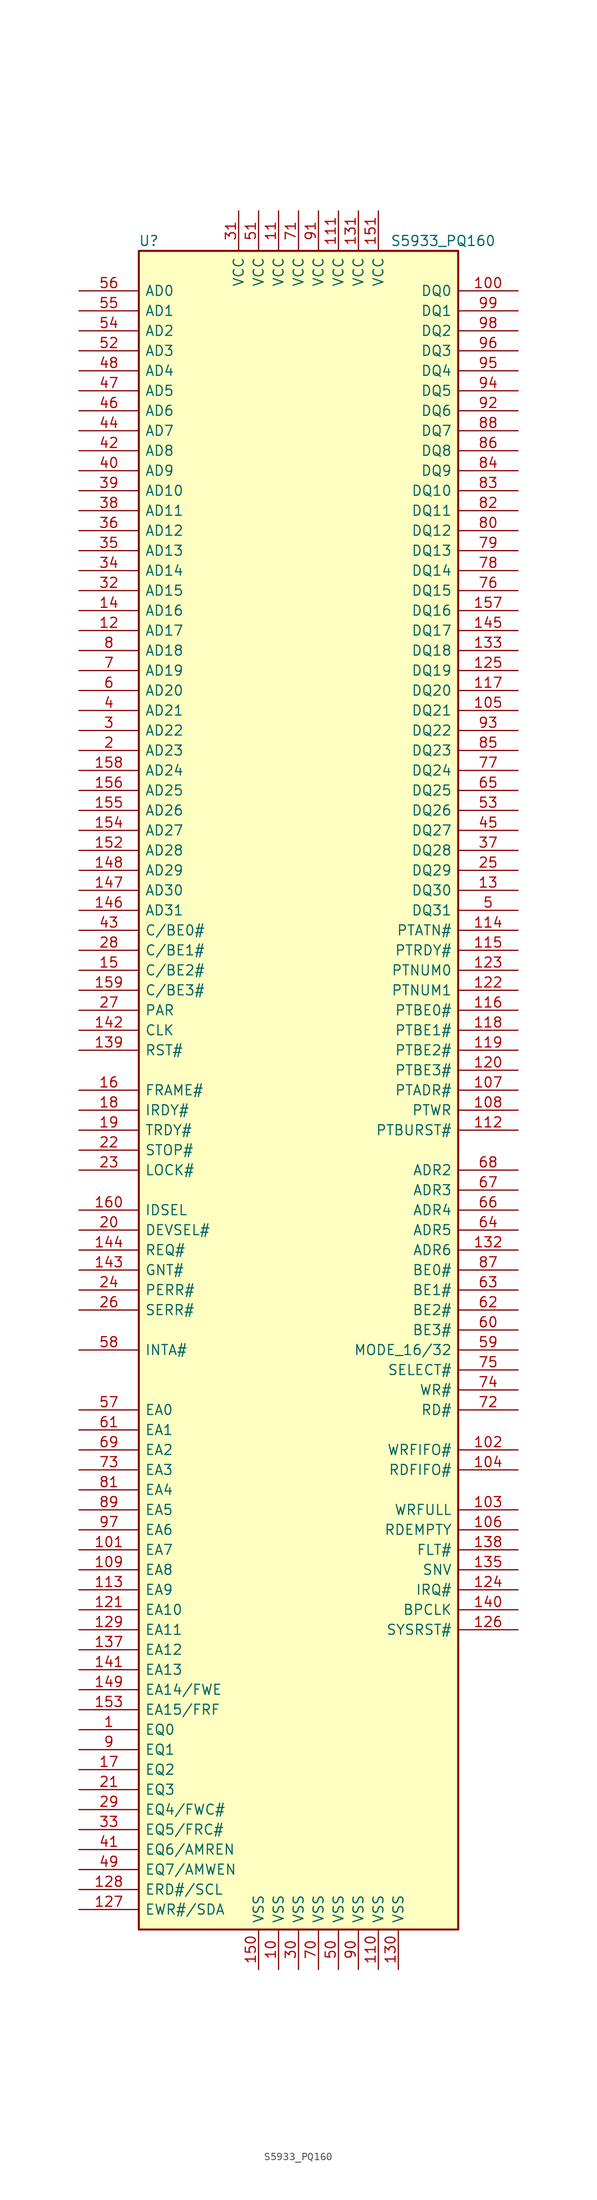
<source format=kicad_sym>
(kicad_symbol_lib
  (version 20201005)
  (generator kicad_symbol_editor)
  (symbol "S5933_PQ160"
    (pin_names
      (offset 0.762))
    (property "Reference" "U"
      (at -19.05 107.95 0)
      (effects (font (size 1.27 1.27))))
    (property "Value" "S5933_PQ160"
      (at 11.684 107.95 0)
      (effects (font (size 1.27 1.27)) (justify left)))
    (symbol "S5933_PQ160_0_0"
      (pin power_in line (at -2.54 -111.76 90) (length 5.08) (name "VSS" (effects (font (size 1.27 1.27)))) (number "10" (effects (font (size 1.27 1.27)))))
      (pin power_in line (at 10.16 -111.76 90) (length 5.08) (name "VSS" (effects (font (size 1.27 1.27)))) (number "110" (effects (font (size 1.27 1.27)))))
      (pin power_in line (at 5.08 111.76 270) (length 5.08) (name "VCC" (effects (font (size 1.27 1.27)))) (number "111" (effects (font (size 1.27 1.27)))))
      (pin power_in line (at 12.7 -111.76 90) (length 5.08) (name "VSS" (effects (font (size 1.27 1.27)))) (number "130" (effects (font (size 1.27 1.27)))))
      (pin power_in line (at 7.62 111.76 270) (length 5.08) (name "VCC" (effects (font (size 1.27 1.27)))) (number "131" (effects (font (size 1.27 1.27)))))
      (pin power_in line (at -5.08 -111.76 90) (length 5.08) (name "VSS" (effects (font (size 1.27 1.27)))) (number "150" (effects (font (size 1.27 1.27)))))
      (pin power_in line (at 10.16 111.76 270) (length 5.08) (name "VCC" (effects (font (size 1.27 1.27)))) (number "151" (effects (font (size 1.27 1.27)))))
      (pin power_in line (at 0 -111.76 90) (length 5.08) (name "VSS" (effects (font (size 1.27 1.27)))) (number "30" (effects (font (size 1.27 1.27)))))
      (pin power_in line (at -7.62 111.76 270) (length 5.08) (name "VCC" (effects (font (size 1.27 1.27)))) (number "31" (effects (font (size 1.27 1.27)))))
      (pin power_in line (at 5.08 -111.76 90) (length 5.08) (name "VSS" (effects (font (size 1.27 1.27)))) (number "50" (effects (font (size 1.27 1.27)))))
      (pin power_in line (at -5.08 111.76 270) (length 5.08) (name "VCC" (effects (font (size 1.27 1.27)))) (number "51" (effects (font (size 1.27 1.27)))))
      (pin power_in line (at 2.54 -111.76 90) (length 5.08) (name "VSS" (effects (font (size 1.27 1.27)))) (number "70" (effects (font (size 1.27 1.27)))))
      (pin power_in line (at 0 111.76 270) (length 5.08) (name "VCC" (effects (font (size 1.27 1.27)))) (number "71" (effects (font (size 1.27 1.27)))))
      (pin power_in line (at 7.62 -111.76 90) (length 5.08) (name "VSS" (effects (font (size 1.27 1.27)))) (number "90" (effects (font (size 1.27 1.27)))))
      (pin power_in line (at 2.54 111.76 270) (length 5.08) (name "VCC" (effects (font (size 1.27 1.27)))) (number "91" (effects (font (size 1.27 1.27))))))
    (symbol "S5933_PQ160_0_1"
      (rectangle (start -20.32 106.68) (end 20.32 -106.68) (stroke (width 0.254)) (fill (type background))))
    (symbol "S5933_PQ160_1_0"
      (pin power_in line (at -2.54 111.76 270) (length 5.08) (name "VCC" (effects (font (size 1.27 1.27)))) (number "11" (effects (font (size 1.27 1.27))))))
    (symbol "S5933_PQ160_1_1"
      (pin bidirectional line (at -27.94 -81.28 0) (length 7.62) (name "EQ0" (effects (font (size 1.27 1.27)))) (number "1" (effects (font (size 1.27 1.27)))))
      (pin bidirectional line (at 27.94 101.6 180) (length 7.62) (name "DQ0" (effects (font (size 1.27 1.27)))) (number "100" (effects (font (size 1.27 1.27)))))
      (pin bidirectional line (at -27.94 -58.42 0) (length 7.62) (name "EA7" (effects (font (size 1.27 1.27)))) (number "101" (effects (font (size 1.27 1.27)))))
      (pin input line (at 27.94 -45.72 180) (length 7.62) (name "WRFIFO#" (effects (font (size 1.27 1.27)))) (number "102" (effects (font (size 1.27 1.27)))))
      (pin output line (at 27.94 -53.34 180) (length 7.62) (name "WRFULL" (effects (font (size 1.27 1.27)))) (number "103" (effects (font (size 1.27 1.27)))))
      (pin input line (at 27.94 -48.26 180) (length 7.62) (name "RDFIFO#" (effects (font (size 1.27 1.27)))) (number "104" (effects (font (size 1.27 1.27)))))
      (pin bidirectional line (at 27.94 48.26 180) (length 7.62) (name "DQ21" (effects (font (size 1.27 1.27)))) (number "105" (effects (font (size 1.27 1.27)))))
      (pin output line (at 27.94 -55.88 180) (length 7.62) (name "RDEMPTY" (effects (font (size 1.27 1.27)))) (number "106" (effects (font (size 1.27 1.27)))))
      (pin input line (at 27.94 0 180) (length 7.62) (name "PTADR#" (effects (font (size 1.27 1.27)))) (number "107" (effects (font (size 1.27 1.27)))))
      (pin output line (at 27.94 -2.54 180) (length 7.62) (name "PTWR" (effects (font (size 1.27 1.27)))) (number "108" (effects (font (size 1.27 1.27)))))
      (pin bidirectional line (at -27.94 -60.96 0) (length 7.62) (name "EA8" (effects (font (size 1.27 1.27)))) (number "109" (effects (font (size 1.27 1.27)))))
      (pin output line (at 27.94 -5.08 180) (length 7.62) (name "PTBURST#" (effects (font (size 1.27 1.27)))) (number "112" (effects (font (size 1.27 1.27)))))
      (pin output line (at -27.94 -63.5 0) (length 7.62) (name "EA9" (effects (font (size 1.27 1.27)))) (number "113" (effects (font (size 1.27 1.27)))))
      (pin output line (at 27.94 20.32 180) (length 7.62) (name "PTATN#" (effects (font (size 1.27 1.27)))) (number "114" (effects (font (size 1.27 1.27)))))
      (pin input line (at 27.94 17.78 180) (length 7.62) (name "PTRDY#" (effects (font (size 1.27 1.27)))) (number "115" (effects (font (size 1.27 1.27)))))
      (pin output line (at 27.94 10.16 180) (length 7.62) (name "PTBE0#" (effects (font (size 1.27 1.27)))) (number "116" (effects (font (size 1.27 1.27)))))
      (pin bidirectional line (at 27.94 50.8 180) (length 7.62) (name "DQ20" (effects (font (size 1.27 1.27)))) (number "117" (effects (font (size 1.27 1.27)))))
      (pin output line (at 27.94 7.62 180) (length 7.62) (name "PTBE1#" (effects (font (size 1.27 1.27)))) (number "118" (effects (font (size 1.27 1.27)))))
      (pin output line (at 27.94 5.08 180) (length 7.62) (name "PTBE2#" (effects (font (size 1.27 1.27)))) (number "119" (effects (font (size 1.27 1.27)))))
      (pin bidirectional line (at -27.94 58.42 0) (length 7.62) (name "AD17" (effects (font (size 1.27 1.27)))) (number "12" (effects (font (size 1.27 1.27)))))
      (pin output line (at 27.94 2.54 180) (length 7.62) (name "PTBE3#" (effects (font (size 1.27 1.27)))) (number "120" (effects (font (size 1.27 1.27)))))
      (pin output line (at -27.94 -66.04 0) (length 7.62) (name "EA10" (effects (font (size 1.27 1.27)))) (number "121" (effects (font (size 1.27 1.27)))))
      (pin output line (at 27.94 12.7 180) (length 7.62) (name "PTNUM1" (effects (font (size 1.27 1.27)))) (number "122" (effects (font (size 1.27 1.27)))))
      (pin output line (at 27.94 15.24 180) (length 7.62) (name "PTNUM0" (effects (font (size 1.27 1.27)))) (number "123" (effects (font (size 1.27 1.27)))))
      (pin output line (at 27.94 -63.5 180) (length 7.62) (name "IRQ#" (effects (font (size 1.27 1.27)))) (number "124" (effects (font (size 1.27 1.27)))))
      (pin bidirectional line (at 27.94 53.34 180) (length 7.62) (name "DQ19" (effects (font (size 1.27 1.27)))) (number "125" (effects (font (size 1.27 1.27)))))
      (pin output line (at 27.94 -68.58 180) (length 7.62) (name "SYSRST#" (effects (font (size 1.27 1.27)))) (number "126" (effects (font (size 1.27 1.27)))))
      (pin bidirectional line (at -27.94 -104.14 0) (length 7.62) (name "EWR#/SDA" (effects (font (size 1.27 1.27)))) (number "127" (effects (font (size 1.27 1.27)))))
      (pin output line (at -27.94 -101.6 0) (length 7.62) (name "ERD#/SCL" (effects (font (size 1.27 1.27)))) (number "128" (effects (font (size 1.27 1.27)))))
      (pin output line (at -27.94 -68.58 0) (length 7.62) (name "EA11" (effects (font (size 1.27 1.27)))) (number "129" (effects (font (size 1.27 1.27)))))
      (pin bidirectional line (at 27.94 25.4 180) (length 7.62) (name "DQ30" (effects (font (size 1.27 1.27)))) (number "13" (effects (font (size 1.27 1.27)))))
      (pin input line (at 27.94 -20.32 180) (length 7.62) (name "ADR6" (effects (font (size 1.27 1.27)))) (number "132" (effects (font (size 1.27 1.27)))))
      (pin bidirectional line (at 27.94 55.88 180) (length 7.62) (name "DQ18" (effects (font (size 1.27 1.27)))) (number "133" (effects (font (size 1.27 1.27)))))
      (pin input line (at 27.94 -60.96 180) (length 7.62) (name "SNV" (effects (font (size 1.27 1.27)))) (number "135" (effects (font (size 1.27 1.27)))))
      (pin output line (at -27.94 -71.12 0) (length 7.62) (name "EA12" (effects (font (size 1.27 1.27)))) (number "137" (effects (font (size 1.27 1.27)))))
      (pin input line (at 27.94 -58.42 180) (length 7.62) (name "FLT#" (effects (font (size 1.27 1.27)))) (number "138" (effects (font (size 1.27 1.27)))))
      (pin input line (at -27.94 5.08 0) (length 7.62) (name "RST#" (effects (font (size 1.27 1.27)))) (number "139" (effects (font (size 1.27 1.27)))))
      (pin bidirectional line (at -27.94 60.96 0) (length 7.62) (name "AD16" (effects (font (size 1.27 1.27)))) (number "14" (effects (font (size 1.27 1.27)))))
      (pin output line (at 27.94 -66.04 180) (length 7.62) (name "BPCLK" (effects (font (size 1.27 1.27)))) (number "140" (effects (font (size 1.27 1.27)))))
      (pin output line (at -27.94 -73.66 0) (length 7.62) (name "EA13" (effects (font (size 1.27 1.27)))) (number "141" (effects (font (size 1.27 1.27)))))
      (pin input line (at -27.94 7.62 0) (length 7.62) (name "CLK" (effects (font (size 1.27 1.27)))) (number "142" (effects (font (size 1.27 1.27)))))
      (pin input line (at -27.94 -22.86 0) (length 7.62) (name "GNT#" (effects (font (size 1.27 1.27)))) (number "143" (effects (font (size 1.27 1.27)))))
      (pin output line (at -27.94 -20.32 0) (length 7.62) (name "REQ#" (effects (font (size 1.27 1.27)))) (number "144" (effects (font (size 1.27 1.27)))))
      (pin bidirectional line (at 27.94 58.42 180) (length 7.62) (name "DQ17" (effects (font (size 1.27 1.27)))) (number "145" (effects (font (size 1.27 1.27)))))
      (pin bidirectional line (at -27.94 22.86 0) (length 7.62) (name "AD31" (effects (font (size 1.27 1.27)))) (number "146" (effects (font (size 1.27 1.27)))))
      (pin bidirectional line (at -27.94 25.4 0) (length 7.62) (name "AD30" (effects (font (size 1.27 1.27)))) (number "147" (effects (font (size 1.27 1.27)))))
      (pin bidirectional line (at -27.94 27.94 0) (length 7.62) (name "AD29" (effects (font (size 1.27 1.27)))) (number "148" (effects (font (size 1.27 1.27)))))
      (pin bidirectional line (at -27.94 -76.2 0) (length 7.62) (name "EA14/FWE" (effects (font (size 1.27 1.27)))) (number "149" (effects (font (size 1.27 1.27)))))
      (pin bidirectional line (at -27.94 15.24 0) (length 7.62) (name "C/BE2#" (effects (font (size 1.27 1.27)))) (number "15" (effects (font (size 1.27 1.27)))))
      (pin bidirectional line (at -27.94 30.48 0) (length 7.62) (name "AD28" (effects (font (size 1.27 1.27)))) (number "152" (effects (font (size 1.27 1.27)))))
      (pin bidirectional line (at -27.94 -78.74 0) (length 7.62) (name "EA15/FRF" (effects (font (size 1.27 1.27)))) (number "153" (effects (font (size 1.27 1.27)))))
      (pin bidirectional line (at -27.94 33.02 0) (length 7.62) (name "AD27" (effects (font (size 1.27 1.27)))) (number "154" (effects (font (size 1.27 1.27)))))
      (pin bidirectional line (at -27.94 35.56 0) (length 7.62) (name "AD26" (effects (font (size 1.27 1.27)))) (number "155" (effects (font (size 1.27 1.27)))))
      (pin bidirectional line (at -27.94 38.1 0) (length 7.62) (name "AD25" (effects (font (size 1.27 1.27)))) (number "156" (effects (font (size 1.27 1.27)))))
      (pin bidirectional line (at 27.94 60.96 180) (length 7.62) (name "DQ16" (effects (font (size 1.27 1.27)))) (number "157" (effects (font (size 1.27 1.27)))))
      (pin bidirectional line (at -27.94 40.64 0) (length 7.62) (name "AD24" (effects (font (size 1.27 1.27)))) (number "158" (effects (font (size 1.27 1.27)))))
      (pin bidirectional line (at -27.94 12.7 0) (length 7.62) (name "C/BE3#" (effects (font (size 1.27 1.27)))) (number "159" (effects (font (size 1.27 1.27)))))
      (pin bidirectional line (at -27.94 0 0) (length 7.62) (name "FRAME#" (effects (font (size 1.27 1.27)))) (number "16" (effects (font (size 1.27 1.27)))))
      (pin input line (at -27.94 -15.24 0) (length 7.62) (name "IDSEL" (effects (font (size 1.27 1.27)))) (number "160" (effects (font (size 1.27 1.27)))))
      (pin bidirectional line (at -27.94 -86.36 0) (length 7.62) (name "EQ2" (effects (font (size 1.27 1.27)))) (number "17" (effects (font (size 1.27 1.27)))))
      (pin bidirectional line (at -27.94 -2.54 0) (length 7.62) (name "IRDY#" (effects (font (size 1.27 1.27)))) (number "18" (effects (font (size 1.27 1.27)))))
      (pin bidirectional line (at -27.94 -5.08 0) (length 7.62) (name "TRDY#" (effects (font (size 1.27 1.27)))) (number "19" (effects (font (size 1.27 1.27)))))
      (pin bidirectional line (at -27.94 43.18 0) (length 7.62) (name "AD23" (effects (font (size 1.27 1.27)))) (number "2" (effects (font (size 1.27 1.27)))))
      (pin bidirectional line (at -27.94 -17.78 0) (length 7.62) (name "DEVSEL#" (effects (font (size 1.27 1.27)))) (number "20" (effects (font (size 1.27 1.27)))))
      (pin bidirectional line (at -27.94 -88.9 0) (length 7.62) (name "EQ3" (effects (font (size 1.27 1.27)))) (number "21" (effects (font (size 1.27 1.27)))))
      (pin bidirectional line (at -27.94 -7.62 0) (length 7.62) (name "STOP#" (effects (font (size 1.27 1.27)))) (number "22" (effects (font (size 1.27 1.27)))))
      (pin input line (at -27.94 -10.16 0) (length 7.62) (name "LOCK#" (effects (font (size 1.27 1.27)))) (number "23" (effects (font (size 1.27 1.27)))))
      (pin bidirectional line (at -27.94 -25.4 0) (length 7.62) (name "PERR#" (effects (font (size 1.27 1.27)))) (number "24" (effects (font (size 1.27 1.27)))))
      (pin bidirectional line (at 27.94 27.94 180) (length 7.62) (name "DQ29" (effects (font (size 1.27 1.27)))) (number "25" (effects (font (size 1.27 1.27)))))
      (pin output line (at -27.94 -27.94 0) (length 7.62) (name "SERR#" (effects (font (size 1.27 1.27)))) (number "26" (effects (font (size 1.27 1.27)))))
      (pin bidirectional line (at -27.94 10.16 0) (length 7.62) (name "PAR" (effects (font (size 1.27 1.27)))) (number "27" (effects (font (size 1.27 1.27)))))
      (pin bidirectional line (at -27.94 17.78 0) (length 7.62) (name "C/BE1#" (effects (font (size 1.27 1.27)))) (number "28" (effects (font (size 1.27 1.27)))))
      (pin bidirectional line (at -27.94 -91.44 0) (length 7.62) (name "EQ4/FWC#" (effects (font (size 1.27 1.27)))) (number "29" (effects (font (size 1.27 1.27)))))
      (pin bidirectional line (at -27.94 45.72 0) (length 7.62) (name "AD22" (effects (font (size 1.27 1.27)))) (number "3" (effects (font (size 1.27 1.27)))))
      (pin bidirectional line (at -27.94 63.5 0) (length 7.62) (name "AD15" (effects (font (size 1.27 1.27)))) (number "32" (effects (font (size 1.27 1.27)))))
      (pin bidirectional line (at -27.94 -93.98 0) (length 7.62) (name "EQ5/FRC#" (effects (font (size 1.27 1.27)))) (number "33" (effects (font (size 1.27 1.27)))))
      (pin bidirectional line (at -27.94 66.04 0) (length 7.62) (name "AD14" (effects (font (size 1.27 1.27)))) (number "34" (effects (font (size 1.27 1.27)))))
      (pin bidirectional line (at -27.94 68.58 0) (length 7.62) (name "AD13" (effects (font (size 1.27 1.27)))) (number "35" (effects (font (size 1.27 1.27)))))
      (pin bidirectional line (at -27.94 71.12 0) (length 7.62) (name "AD12" (effects (font (size 1.27 1.27)))) (number "36" (effects (font (size 1.27 1.27)))))
      (pin bidirectional line (at 27.94 30.48 180) (length 7.62) (name "DQ28" (effects (font (size 1.27 1.27)))) (number "37" (effects (font (size 1.27 1.27)))))
      (pin bidirectional line (at -27.94 73.66 0) (length 7.62) (name "AD11" (effects (font (size 1.27 1.27)))) (number "38" (effects (font (size 1.27 1.27)))))
      (pin bidirectional line (at -27.94 76.2 0) (length 7.62) (name "AD10" (effects (font (size 1.27 1.27)))) (number "39" (effects (font (size 1.27 1.27)))))
      (pin bidirectional line (at -27.94 48.26 0) (length 7.62) (name "AD21" (effects (font (size 1.27 1.27)))) (number "4" (effects (font (size 1.27 1.27)))))
      (pin bidirectional line (at -27.94 78.74 0) (length 7.62) (name "AD9" (effects (font (size 1.27 1.27)))) (number "40" (effects (font (size 1.27 1.27)))))
      (pin bidirectional line (at -27.94 -96.52 0) (length 7.62) (name "EQ6/AMREN" (effects (font (size 1.27 1.27)))) (number "41" (effects (font (size 1.27 1.27)))))
      (pin bidirectional line (at -27.94 81.28 0) (length 7.62) (name "AD8" (effects (font (size 1.27 1.27)))) (number "42" (effects (font (size 1.27 1.27)))))
      (pin bidirectional line (at -27.94 20.32 0) (length 7.62) (name "C/BE0#" (effects (font (size 1.27 1.27)))) (number "43" (effects (font (size 1.27 1.27)))))
      (pin bidirectional line (at -27.94 83.82 0) (length 7.62) (name "AD7" (effects (font (size 1.27 1.27)))) (number "44" (effects (font (size 1.27 1.27)))))
      (pin bidirectional line (at 27.94 33.02 180) (length 7.62) (name "DQ27" (effects (font (size 1.27 1.27)))) (number "45" (effects (font (size 1.27 1.27)))))
      (pin bidirectional line (at -27.94 86.36 0) (length 7.62) (name "AD6" (effects (font (size 1.27 1.27)))) (number "46" (effects (font (size 1.27 1.27)))))
      (pin bidirectional line (at -27.94 88.9 0) (length 7.62) (name "AD5" (effects (font (size 1.27 1.27)))) (number "47" (effects (font (size 1.27 1.27)))))
      (pin bidirectional line (at -27.94 91.44 0) (length 7.62) (name "AD4" (effects (font (size 1.27 1.27)))) (number "48" (effects (font (size 1.27 1.27)))))
      (pin bidirectional line (at -27.94 -99.06 0) (length 7.62) (name "EQ7/AMWEN" (effects (font (size 1.27 1.27)))) (number "49" (effects (font (size 1.27 1.27)))))
      (pin bidirectional line (at 27.94 22.86 180) (length 7.62) (name "DQ31" (effects (font (size 1.27 1.27)))) (number "5" (effects (font (size 1.27 1.27)))))
      (pin bidirectional line (at -27.94 93.98 0) (length 7.62) (name "AD3" (effects (font (size 1.27 1.27)))) (number "52" (effects (font (size 1.27 1.27)))))
      (pin bidirectional line (at 27.94 35.56 180) (length 7.62) (name "DQ26" (effects (font (size 1.27 1.27)))) (number "53" (effects (font (size 1.27 1.27)))))
      (pin bidirectional line (at -27.94 96.52 0) (length 7.62) (name "AD2" (effects (font (size 1.27 1.27)))) (number "54" (effects (font (size 1.27 1.27)))))
      (pin bidirectional line (at -27.94 99.06 0) (length 7.62) (name "AD1" (effects (font (size 1.27 1.27)))) (number "55" (effects (font (size 1.27 1.27)))))
      (pin bidirectional line (at -27.94 101.6 0) (length 7.62) (name "AD0" (effects (font (size 1.27 1.27)))) (number "56" (effects (font (size 1.27 1.27)))))
      (pin bidirectional line (at -27.94 -40.64 0) (length 7.62) (name "EA0" (effects (font (size 1.27 1.27)))) (number "57" (effects (font (size 1.27 1.27)))))
      (pin output line (at -27.94 -33.02 0) (length 7.62) (name "INTA#" (effects (font (size 1.27 1.27)))) (number "58" (effects (font (size 1.27 1.27)))))
      (pin input line (at 27.94 -33.02 180) (length 7.62) (name "MODE_16/32" (effects (font (size 1.27 1.27)))) (number "59" (effects (font (size 1.27 1.27)))))
      (pin bidirectional line (at -27.94 50.8 0) (length 7.62) (name "AD20" (effects (font (size 1.27 1.27)))) (number "6" (effects (font (size 1.27 1.27)))))
      (pin input line (at 27.94 -30.48 180) (length 7.62) (name "BE3#" (effects (font (size 1.27 1.27)))) (number "60" (effects (font (size 1.27 1.27)))))
      (pin bidirectional line (at -27.94 -43.18 0) (length 7.62) (name "EA1" (effects (font (size 1.27 1.27)))) (number "61" (effects (font (size 1.27 1.27)))))
      (pin input line (at 27.94 -27.94 180) (length 7.62) (name "BE2#" (effects (font (size 1.27 1.27)))) (number "62" (effects (font (size 1.27 1.27)))))
      (pin input line (at 27.94 -25.4 180) (length 7.62) (name "BE1#" (effects (font (size 1.27 1.27)))) (number "63" (effects (font (size 1.27 1.27)))))
      (pin input line (at 27.94 -17.78 180) (length 7.62) (name "ADR5" (effects (font (size 1.27 1.27)))) (number "64" (effects (font (size 1.27 1.27)))))
      (pin bidirectional line (at 27.94 38.1 180) (length 7.62) (name "DQ25" (effects (font (size 1.27 1.27)))) (number "65" (effects (font (size 1.27 1.27)))))
      (pin input line (at 27.94 -15.24 180) (length 7.62) (name "ADR4" (effects (font (size 1.27 1.27)))) (number "66" (effects (font (size 1.27 1.27)))))
      (pin input line (at 27.94 -12.7 180) (length 7.62) (name "ADR3" (effects (font (size 1.27 1.27)))) (number "67" (effects (font (size 1.27 1.27)))))
      (pin input line (at 27.94 -10.16 180) (length 7.62) (name "ADR2" (effects (font (size 1.27 1.27)))) (number "68" (effects (font (size 1.27 1.27)))))
      (pin bidirectional line (at -27.94 -45.72 0) (length 7.62) (name "EA2" (effects (font (size 1.27 1.27)))) (number "69" (effects (font (size 1.27 1.27)))))
      (pin bidirectional line (at -27.94 53.34 0) (length 7.62) (name "AD19" (effects (font (size 1.27 1.27)))) (number "7" (effects (font (size 1.27 1.27)))))
      (pin input line (at 27.94 -40.64 180) (length 7.62) (name "RD#" (effects (font (size 1.27 1.27)))) (number "72" (effects (font (size 1.27 1.27)))))
      (pin bidirectional line (at -27.94 -48.26 0) (length 7.62) (name "EA3" (effects (font (size 1.27 1.27)))) (number "73" (effects (font (size 1.27 1.27)))))
      (pin input line (at 27.94 -38.1 180) (length 7.62) (name "WR#" (effects (font (size 1.27 1.27)))) (number "74" (effects (font (size 1.27 1.27)))))
      (pin input line (at 27.94 -35.56 180) (length 7.62) (name "SELECT#" (effects (font (size 1.27 1.27)))) (number "75" (effects (font (size 1.27 1.27)))))
      (pin bidirectional line (at 27.94 63.5 180) (length 7.62) (name "DQ15" (effects (font (size 1.27 1.27)))) (number "76" (effects (font (size 1.27 1.27)))))
      (pin bidirectional line (at 27.94 40.64 180) (length 7.62) (name "DQ24" (effects (font (size 1.27 1.27)))) (number "77" (effects (font (size 1.27 1.27)))))
      (pin bidirectional line (at 27.94 66.04 180) (length 7.62) (name "DQ14" (effects (font (size 1.27 1.27)))) (number "78" (effects (font (size 1.27 1.27)))))
      (pin bidirectional line (at 27.94 68.58 180) (length 7.62) (name "DQ13" (effects (font (size 1.27 1.27)))) (number "79" (effects (font (size 1.27 1.27)))))
      (pin bidirectional line (at -27.94 55.88 0) (length 7.62) (name "AD18" (effects (font (size 1.27 1.27)))) (number "8" (effects (font (size 1.27 1.27)))))
      (pin bidirectional line (at 27.94 71.12 180) (length 7.62) (name "DQ12" (effects (font (size 1.27 1.27)))) (number "80" (effects (font (size 1.27 1.27)))))
      (pin bidirectional line (at -27.94 -50.8 0) (length 7.62) (name "EA4" (effects (font (size 1.27 1.27)))) (number "81" (effects (font (size 1.27 1.27)))))
      (pin bidirectional line (at 27.94 73.66 180) (length 7.62) (name "DQ11" (effects (font (size 1.27 1.27)))) (number "82" (effects (font (size 1.27 1.27)))))
      (pin bidirectional line (at 27.94 76.2 180) (length 7.62) (name "DQ10" (effects (font (size 1.27 1.27)))) (number "83" (effects (font (size 1.27 1.27)))))
      (pin bidirectional line (at 27.94 78.74 180) (length 7.62) (name "DQ9" (effects (font (size 1.27 1.27)))) (number "84" (effects (font (size 1.27 1.27)))))
      (pin bidirectional line (at 27.94 43.18 180) (length 7.62) (name "DQ23" (effects (font (size 1.27 1.27)))) (number "85" (effects (font (size 1.27 1.27)))))
      (pin bidirectional line (at 27.94 81.28 180) (length 7.62) (name "DQ8" (effects (font (size 1.27 1.27)))) (number "86" (effects (font (size 1.27 1.27)))))
      (pin input line (at 27.94 -22.86 180) (length 7.62) (name "BE0#" (effects (font (size 1.27 1.27)))) (number "87" (effects (font (size 1.27 1.27)))))
      (pin bidirectional line (at 27.94 83.82 180) (length 7.62) (name "DQ7" (effects (font (size 1.27 1.27)))) (number "88" (effects (font (size 1.27 1.27)))))
      (pin bidirectional line (at -27.94 -53.34 0) (length 7.62) (name "EA5" (effects (font (size 1.27 1.27)))) (number "89" (effects (font (size 1.27 1.27)))))
      (pin bidirectional line (at -27.94 -83.82 0) (length 7.62) (name "EQ1" (effects (font (size 1.27 1.27)))) (number "9" (effects (font (size 1.27 1.27)))))
      (pin bidirectional line (at 27.94 86.36 180) (length 7.62) (name "DQ6" (effects (font (size 1.27 1.27)))) (number "92" (effects (font (size 1.27 1.27)))))
      (pin bidirectional line (at 27.94 45.72 180) (length 7.62) (name "DQ22" (effects (font (size 1.27 1.27)))) (number "93" (effects (font (size 1.27 1.27)))))
      (pin bidirectional line (at 27.94 88.9 180) (length 7.62) (name "DQ5" (effects (font (size 1.27 1.27)))) (number "94" (effects (font (size 1.27 1.27)))))
      (pin bidirectional line (at 27.94 91.44 180) (length 7.62) (name "DQ4" (effects (font (size 1.27 1.27)))) (number "95" (effects (font (size 1.27 1.27)))))
      (pin bidirectional line (at 27.94 93.98 180) (length 7.62) (name "DQ3" (effects (font (size 1.27 1.27)))) (number "96" (effects (font (size 1.27 1.27)))))
      (pin bidirectional line (at -27.94 -55.88 0) (length 7.62) (name "EA6" (effects (font (size 1.27 1.27)))) (number "97" (effects (font (size 1.27 1.27)))))
      (pin bidirectional line (at 27.94 96.52 180) (length 7.62) (name "DQ2" (effects (font (size 1.27 1.27)))) (number "98" (effects (font (size 1.27 1.27)))))
      (pin bidirectional line (at 27.94 99.06 180) (length 7.62) (name "DQ1" (effects (font (size 1.27 1.27)))) (number "99" (effects (font (size 1.27 1.27))))))))
</source>
